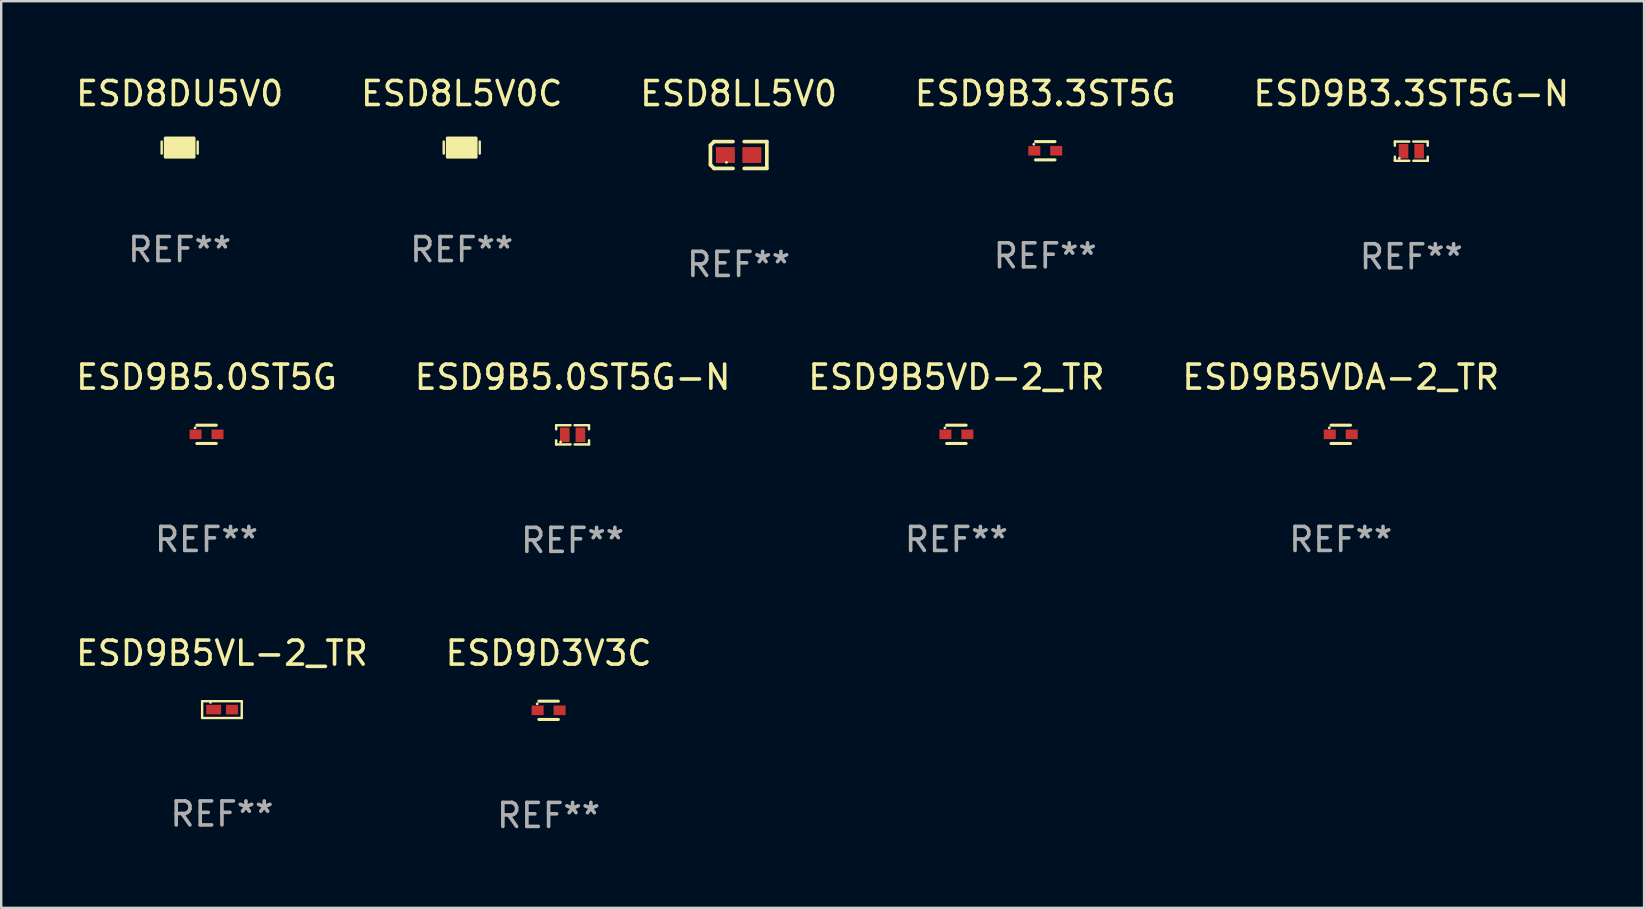
<source format=kicad_pcb>
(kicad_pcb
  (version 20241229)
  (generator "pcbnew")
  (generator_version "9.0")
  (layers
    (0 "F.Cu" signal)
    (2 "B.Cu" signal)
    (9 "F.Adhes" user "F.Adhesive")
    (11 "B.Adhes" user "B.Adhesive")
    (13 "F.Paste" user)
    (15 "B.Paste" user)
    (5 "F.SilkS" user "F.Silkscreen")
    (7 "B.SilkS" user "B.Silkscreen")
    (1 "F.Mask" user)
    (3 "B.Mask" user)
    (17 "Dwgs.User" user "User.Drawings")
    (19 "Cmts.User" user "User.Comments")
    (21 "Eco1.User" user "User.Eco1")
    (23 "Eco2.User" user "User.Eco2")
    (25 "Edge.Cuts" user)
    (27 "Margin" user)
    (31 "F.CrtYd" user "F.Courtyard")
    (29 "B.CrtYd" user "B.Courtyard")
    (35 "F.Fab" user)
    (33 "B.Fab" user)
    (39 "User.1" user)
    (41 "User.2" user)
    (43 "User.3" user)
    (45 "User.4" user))
  (footprint "ESD8L5V0C"
    (layer "F.Cu")
    (at 16.185 3.098)
    (property "Reference" "ESD8L5V0C" (at 0 -2.25 0) (layer "F.SilkS") (effects (font (size 1 1) (thickness 0.15))))
    (attr through_hole)
    (fp_line (start -0.75 0.25) (end -0.75 -0.25) (stroke (width 0.1) (type solid)) (layer "F.SilkS"))
    (fp_line (start 0.75 -0.25) (end 0.75 0.25) (stroke (width 0.1) (type solid)) (layer "F.SilkS"))
    (fp_circle (center -0.5 0.3) (end -0.47 0.3) (stroke (width 0.06) (type solid)) (fill no) (layer "F.SilkS"))
    (fp_poly (pts (xy -0.6 -0.4) (xy 0.6 -0.4) (xy 0.6 0.4) (xy -0.6 0.4)) (stroke (width 0.12) (type solid)) (fill yes) (layer "F.SilkS"))
    (fp_text user "REF**" (at 0 4.25 0) (layer "F.Fab") (effects (font (size 1 1) (thickness 0.15))))
    (pad "1" smd rect (at -0.325 -0.000013) (size 0.3 0.6) (layers "F.Cu" "F.Mask" "F.Paste"))
    (pad "2" smd rect (at 0.325 -0.000013) (size 0.3 0.6) (layers "F.Cu" "F.Mask" "F.Paste")))
  (footprint "ESD9B5VDA-2_TR"
    (layer "F.Cu")
    (at 52.804 15.044)
    (property "Reference" "ESD9B5VDA-2_TR" (at 0 -2.381 0) (layer "F.SilkS") (effects (font (size 1 1) (thickness 0.15))))
    (attr through_hole)
    (fp_line (start -0.406 -0.381) (end 0.406 -0.381) (stroke (width 0.127) (type solid)) (layer "F.SilkS"))
    (fp_line (start 0.406 0.381) (end -0.406 0.381) (stroke (width 0.127) (type solid)) (layer "F.SilkS"))
    (fp_circle (center -0.477 -0.27) (end -0.447 -0.27) (stroke (width 0.06) (type solid)) (fill no) (layer "F.SilkS"))
    (fp_text user "REF**" (at 0 4.381 0) (layer "F.Fab") (effects (font (size 1 1) (thickness 0.15))))
    (pad "1" smd rect (at -0.457 0 90) (size 0.4 0.5) (layers "F.Cu" "F.Mask" "F.Paste"))
    (pad "2" smd rect (at 0.457 0 90) (size 0.4 0.5) (layers "F.Cu" "F.Mask" "F.Paste")))
  (footprint "ESD9B5VL-2_TR"
    (layer "F.Cu")
    (at 6.196 26.51)
    (property "Reference" "ESD9B5VL-2_TR" (at 0 -2.35 0) (layer "F.SilkS") (effects (font (size 1 1) (thickness 0.15))))
    (attr through_hole)
    (fp_line (start -0.825 -0.35) (end -0.825 0.35) (stroke (width 0.1) (type solid)) (layer "F.SilkS"))
    (fp_line (start -0.825 -0.35) (end 0.825 -0.35) (stroke (width 0.1) (type solid)) (layer "F.SilkS"))
    (fp_line (start -0.825 0.35) (end 0.825 0.35) (stroke (width 0.1) (type solid)) (layer "F.SilkS"))
    (fp_line (start 0.825 -0.35) (end 0.825 0.35) (stroke (width 0.1) (type solid)) (layer "F.SilkS"))
    (fp_circle (center -0.475 -0.3) (end -0.445 -0.3) (stroke (width 0.06) (type solid)) (fill no) (layer "F.SilkS"))
    (fp_text user "REF**" (at 0 4.35 0) (layer "F.Fab") (effects (font (size 1 1) (thickness 0.15))))
    (pad "1" smd rect (at -0.346 0) (size 0.62 0.4) (layers "F.Cu" "F.Mask" "F.Paste"))
    (pad "2" smd rect (at 0.419 0) (size 0.5 0.4) (layers "F.Cu" "F.Mask" "F.Paste")))
  (footprint "ESD9B3.3ST5G"
    (layer "F.Cu")
    (at 40.494 3.229)
    (property "Reference" "ESD9B3.3ST5G" (at 0 -2.381 0) (layer "F.SilkS") (effects (font (size 1 1) (thickness 0.15))))
    (attr through_hole)
    (fp_line (start -0.406 -0.381) (end 0.406 -0.381) (stroke (width 0.127) (type solid)) (layer "F.SilkS"))
    (fp_line (start 0.406 0.381) (end -0.406 0.381) (stroke (width 0.127) (type solid)) (layer "F.SilkS"))
    (fp_circle (center -0.477 -0.27) (end -0.447 -0.27) (stroke (width 0.06) (type solid)) (fill no) (layer "F.SilkS"))
    (fp_text user "REF**" (at 0 4.381 0) (layer "F.Fab") (effects (font (size 1 1) (thickness 0.15))))
    (pad "1" smd rect (at -0.457 0 90) (size 0.4 0.5) (layers "F.Cu" "F.Mask" "F.Paste"))
    (pad "2" smd rect (at 0.457 0 90) (size 0.4 0.5) (layers "F.Cu" "F.Mask" "F.Paste")))
  (footprint "ESD9D3V3C"
    (layer "F.Cu")
    (at 19.804 26.541)
    (property "Reference" "ESD9D3V3C" (at 0 -2.381 0) (layer "F.SilkS") (effects (font (size 1 1) (thickness 0.15))))
    (attr through_hole)
    (fp_line (start -0.406 -0.381) (end 0.406 -0.381) (stroke (width 0.127) (type solid)) (layer "F.SilkS"))
    (fp_line (start 0.406 0.381) (end -0.406 0.381) (stroke (width 0.127) (type solid)) (layer "F.SilkS"))
    (fp_circle (center -0.477 -0.27) (end -0.447 -0.27) (stroke (width 0.06) (type solid)) (fill no) (layer "F.SilkS"))
    (fp_text user "REF**" (at 0 4.381 0) (layer "F.Fab") (effects (font (size 1 1) (thickness 0.15))))
    (pad "1" smd rect (at -0.457 0 90) (size 0.4 0.5) (layers "F.Cu" "F.Mask" "F.Paste"))
    (pad "2" smd rect (at 0.457 0 90) (size 0.4 0.5) (layers "F.Cu" "F.Mask" "F.Paste")))
  (footprint "ESD9B5VD-2_TR"
    (layer "F.Cu")
    (at 36.792 15.044)
    (property "Reference" "ESD9B5VD-2_TR" (at 0 -2.381 0) (layer "F.SilkS") (effects (font (size 1 1) (thickness 0.15))))
    (attr through_hole)
    (fp_line (start -0.406 -0.381) (end 0.406 -0.381) (stroke (width 0.127) (type solid)) (layer "F.SilkS"))
    (fp_line (start 0.406 0.381) (end -0.406 0.381) (stroke (width 0.127) (type solid)) (layer "F.SilkS"))
    (fp_circle (center -0.477 -0.27) (end -0.447 -0.27) (stroke (width 0.06) (type solid)) (fill no) (layer "F.SilkS"))
    (fp_text user "REF**" (at 0 4.381 0) (layer "F.Fab") (effects (font (size 1 1) (thickness 0.15))))
    (pad "1" smd rect (at -0.457 0 90) (size 0.4 0.5) (layers "F.Cu" "F.Mask" "F.Paste"))
    (pad "2" smd rect (at 0.457 0 90) (size 0.4 0.5) (layers "F.Cu" "F.Mask" "F.Paste")))
  (footprint "ESD8LL5V0"
    (layer "F.Cu")
    (at 27.72 3.408)
    (property "Reference" "ESD8LL5V0" (at 0 -2.559 0) (layer "F.SilkS") (effects (font (size 1 1) (thickness 0.15))))
    (attr through_hole)
    (fp_line (start -1.175 -0.407) (end -1.023 -0.559) (stroke (width 0.152) (type solid)) (layer "F.SilkS"))
    (fp_line (start -1.175 0.407) (end -1.175 -0.407) (stroke (width 0.152) (type solid)) (layer "F.SilkS"))
    (fp_line (start -1.023 -0.559) (end -0.232 -0.559) (stroke (width 0.152) (type solid)) (layer "F.SilkS"))
    (fp_line (start -1.023 0.559) (end -1.175 0.407) (stroke (width 0.152) (type solid)) (layer "F.SilkS"))
    (fp_line (start -0.232 0.559) (end -1.023 0.559) (stroke (width 0.152) (type solid)) (layer "F.SilkS"))
    (fp_line (start 0.232 0.559) (end 1.175 0.559) (stroke (width 0.152) (type solid)) (layer "F.SilkS"))
    (fp_line (start 1.175 -0.559) (end 0.232 -0.559) (stroke (width 0.152) (type solid)) (layer "F.SilkS"))
    (fp_line (start 1.175 0.559) (end 1.175 -0.559) (stroke (width 0.152) (type solid)) (layer "F.SilkS"))
    (fp_circle (center -0.506 0.306) (end -0.476 0.306) (stroke (width 0.06) (type solid)) (fill no) (layer "F.SilkS"))
    (fp_text user "REF**" (at 0 4.559 0) (layer "F.Fab") (effects (font (size 1 1) (thickness 0.15))))
    (pad "1" smd rect (at -0.551 0) (size 0.79 0.661) (layers "F.Cu" "F.Mask" "F.Paste"))
    (pad "2" smd rect (at 0.551 0) (size 0.79 0.661) (layers "F.Cu" "F.Mask" "F.Paste")))
  (footprint "ESD8DU5V0"
    (layer "F.Cu")
    (at 4.435 3.098)
    (property "Reference" "ESD8DU5V0" (at 0 -2.25 0) (layer "F.SilkS") (effects (font (size 1 1) (thickness 0.15))))
    (attr through_hole)
    (fp_line (start -0.75 0.25) (end -0.75 -0.25) (stroke (width 0.1) (type solid)) (layer "F.SilkS"))
    (fp_line (start 0.75 -0.25) (end 0.75 0.25) (stroke (width 0.1) (type solid)) (layer "F.SilkS"))
    (fp_circle (center -0.5 0.3) (end -0.47 0.3) (stroke (width 0.06) (type solid)) (fill no) (layer "F.SilkS"))
    (fp_poly (pts (xy -0.6 -0.4) (xy 0.6 -0.4) (xy 0.6 0.4) (xy -0.6 0.4)) (stroke (width 0.12) (type solid)) (fill yes) (layer "F.SilkS"))
    (fp_text user "REF**" (at 0 4.25 0) (layer "F.Fab") (effects (font (size 1 1) (thickness 0.15))))
    (pad "1" smd rect (at -0.325 -0.000013) (size 0.3 0.6) (layers "F.Cu" "F.Mask" "F.Paste"))
    (pad "2" smd rect (at 0.325 -0.000013) (size 0.3 0.6) (layers "F.Cu" "F.Mask" "F.Paste")))
  (footprint "ESD9B5.0ST5G"
    (layer "F.Cu")
    (at 5.554 15.044)
    (property "Reference" "ESD9B5.0ST5G" (at 0 -2.381 0) (layer "F.SilkS") (effects (font (size 1 1) (thickness 0.15))))
    (attr through_hole)
    (fp_line (start -0.406 -0.381) (end 0.406 -0.381) (stroke (width 0.127) (type solid)) (layer "F.SilkS"))
    (fp_line (start 0.406 0.381) (end -0.406 0.381) (stroke (width 0.127) (type solid)) (layer "F.SilkS"))
    (fp_circle (center -0.477 -0.27) (end -0.447 -0.27) (stroke (width 0.06) (type solid)) (fill no) (layer "F.SilkS"))
    (fp_text user "REF**" (at 0 4.381 0) (layer "F.Fab") (effects (font (size 1 1) (thickness 0.15))))
    (pad "1" smd rect (at -0.457 0 90) (size 0.4 0.5) (layers "F.Cu" "F.Mask" "F.Paste"))
    (pad "2" smd rect (at 0.457 0 90) (size 0.4 0.5) (layers "F.Cu" "F.Mask" "F.Paste")))
  (footprint "ESD9B5.0ST5G-N"
    (layer "F.Cu")
    (at 20.804 15.064)
    (property "Reference" "ESD9B5.0ST5G-N" (at 0 -2.4 0) (layer "F.SilkS") (effects (font (size 1 1) (thickness 0.15))))
    (attr through_hole)
    (fp_line (start -0.685 -0.4) (end -0.685 -0.23) (stroke (width 0.102) (type solid)) (layer "F.SilkS"))
    (fp_line (start -0.685 0.4) (end -0.685 0.23) (stroke (width 0.102) (type solid)) (layer "F.SilkS"))
    (fp_line (start -0.085 -0.4) (end -0.685 -0.4) (stroke (width 0.102) (type solid)) (layer "F.SilkS"))
    (fp_line (start -0.085 0.4) (end -0.685 0.4) (stroke (width 0.102) (type solid)) (layer "F.SilkS"))
    (fp_line (start 0.082 -0.4) (end 0.682 -0.4) (stroke (width 0.102) (type solid)) (layer "F.SilkS"))
    (fp_line (start 0.085 0.4) (end 0.685 0.4) (stroke (width 0.102) (type solid)) (layer "F.SilkS"))
    (fp_line (start 0.682 -0.4) (end 0.682 -0.23) (stroke (width 0.102) (type solid)) (layer "F.SilkS"))
    (fp_line (start 0.685 0.4) (end 0.685 0.23) (stroke (width 0.102) (type solid)) (layer "F.SilkS"))
    (fp_circle (center -0.5 0.3) (end -0.47 0.3) (stroke (width 0.06) (type solid)) (fill no) (layer "F.SilkS"))
    (fp_text user "REF**" (at 0 4.4 0) (layer "F.Fab") (effects (font (size 1 1) (thickness 0.15))))
    (pad "1" smd rect (at -0.325 0) (size 0.4 0.6) (layers "F.Cu" "F.Mask" "F.Paste"))
    (pad "2" smd rect (at 0.325 0) (size 0.4 0.6) (layers "F.Cu" "F.Mask" "F.Paste")))
  (footprint "ESD9B3.3ST5G-N"
    (layer "F.Cu")
    (at 55.744 3.248)
    (property "Reference" "ESD9B3.3ST5G-N" (at 0 -2.4 0) (layer "F.SilkS") (effects (font (size 1 1) (thickness 0.15))))
    (attr through_hole)
    (fp_line (start -0.685 -0.4) (end -0.685 -0.23) (stroke (width 0.102) (type solid)) (layer "F.SilkS"))
    (fp_line (start -0.685 0.4) (end -0.685 0.23) (stroke (width 0.102) (type solid)) (layer "F.SilkS"))
    (fp_line (start -0.085 -0.4) (end -0.685 -0.4) (stroke (width 0.102) (type solid)) (layer "F.SilkS"))
    (fp_line (start -0.085 0.4) (end -0.685 0.4) (stroke (width 0.102) (type solid)) (layer "F.SilkS"))
    (fp_line (start 0.082 -0.4) (end 0.682 -0.4) (stroke (width 0.102) (type solid)) (layer "F.SilkS"))
    (fp_line (start 0.085 0.4) (end 0.685 0.4) (stroke (width 0.102) (type solid)) (layer "F.SilkS"))
    (fp_line (start 0.682 -0.4) (end 0.682 -0.23) (stroke (width 0.102) (type solid)) (layer "F.SilkS"))
    (fp_line (start 0.685 0.4) (end 0.685 0.23) (stroke (width 0.102) (type solid)) (layer "F.SilkS"))
    (fp_circle (center -0.5 0.3) (end -0.47 0.3) (stroke (width 0.06) (type solid)) (fill no) (layer "F.SilkS"))
    (fp_text user "REF**" (at 0 4.4 0) (layer "F.Fab") (effects (font (size 1 1) (thickness 0.15))))
    (pad "1" smd rect (at -0.325 0) (size 0.4 0.6) (layers "F.Cu" "F.Mask" "F.Paste"))
    (pad "2" smd rect (at 0.325 0) (size 0.4 0.6) (layers "F.Cu" "F.Mask" "F.Paste")))
  (gr_rect
    (start -3 -3)
    (end 65.44 34.771)
    (stroke (width 0.1) (type default))
    (fill no)
    (layer "Edge.Cuts")))
</source>
